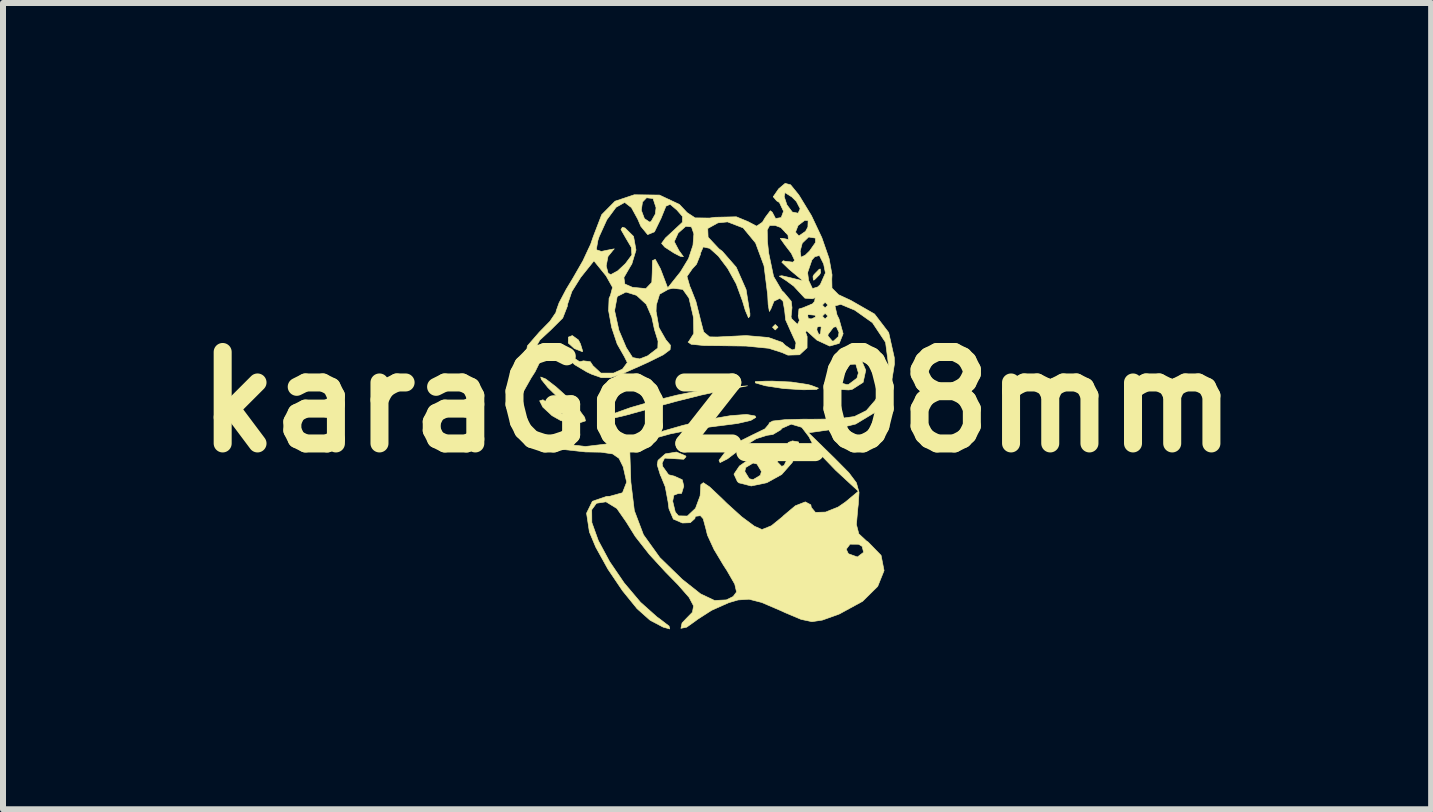
<source format=kicad_pcb>
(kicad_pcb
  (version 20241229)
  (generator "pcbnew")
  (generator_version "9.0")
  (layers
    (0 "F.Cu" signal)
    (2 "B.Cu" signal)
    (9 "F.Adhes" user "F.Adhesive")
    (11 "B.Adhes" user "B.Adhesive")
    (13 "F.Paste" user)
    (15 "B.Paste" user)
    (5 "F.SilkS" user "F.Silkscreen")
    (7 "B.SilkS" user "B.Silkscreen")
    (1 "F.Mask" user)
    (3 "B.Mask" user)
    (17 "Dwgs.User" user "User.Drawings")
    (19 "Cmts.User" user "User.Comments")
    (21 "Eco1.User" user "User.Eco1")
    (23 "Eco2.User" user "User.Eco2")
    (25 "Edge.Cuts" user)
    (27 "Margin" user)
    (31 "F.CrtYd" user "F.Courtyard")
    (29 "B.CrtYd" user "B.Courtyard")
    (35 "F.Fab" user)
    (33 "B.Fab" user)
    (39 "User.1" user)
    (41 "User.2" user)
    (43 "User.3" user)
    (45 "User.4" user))
  (footprint "karaGoz_08mm"
    (layer "F.Cu")
    (at 8.897 3.649)
    (property "Reference" "karaGoz_08mm" (at 0 0 0) (layer "F.SilkS") (effects (font (size 1.524 1.524) (thickness 0.3))))
    (attr through_hole)
    (fp_poly (pts (xy 1.016 -1.247) (xy 0.97 -1.201) (xy 0.924 -1.247) (xy 0.97 -1.293) (xy 1.016 -1.247)) (stroke (width 0.01) (type solid)) (fill yes) (layer "F.SilkS"))
    (fp_poly (pts (xy 1.726 -2.157) (xy 1.709 -2.124) (xy 1.622 -2.036) (xy 1.605 -2.032) (xy 1.599 -2.092) (xy 1.616 -2.124) (xy 1.703 -2.213) (xy 1.72 -2.217) (xy 1.726 -2.157)) (stroke (width 0.01) (type solid)) (fill yes) (layer "F.SilkS"))
    (fp_poly (pts (xy -2.31 -1.035) (xy -2.276 -0.97) (xy -2.24 -0.853) (xy -2.243 -0.839) (xy -2.333 -0.874) (xy -2.378 -0.892) (xy -2.479 -0.984) (xy -2.477 -1.082) (xy -2.411 -1.108) (xy -2.31 -1.035)) (stroke (width 0.01) (type solid)) (fill yes) (layer "F.SilkS"))
    (fp_poly (pts (xy 1.237 -0.334) (xy 1.511 -0.293) (xy 1.57 -0.277) (xy 1.69 -0.231) (xy 1.658 -0.21) (xy 1.459 -0.205) (xy 1.432 -0.205) (xy 1.11 -0.225) (xy 0.813 -0.27) (xy 0.785 -0.277) (xy 0.637 -0.32) (xy 0.638 -0.341) (xy 0.804 -0.348) (xy 0.924 -0.349) (xy 1.237 -0.334)) (stroke (width 0.01) (type solid)) (fill yes) (layer "F.SilkS"))
    (fp_poly (pts (xy 0.046 -0.184) (xy -0.267 -0.116) (xy -0.677 -0.013) (xy -1.107 0.104) (xy -1.189 0.128) (xy -1.521 0.22) (xy -1.763 0.276) (xy -1.88 0.289) (xy -1.881 0.278) (xy -1.724 0.193) (xy -1.435 0.09) (xy -1.066 -0.017) (xy -0.667 -0.116) (xy -0.288 -0.192) (xy -0.012 -0.228) (xy 0.508 -0.271) (xy 0.046 -0.184)) (stroke (width 0.01) (type solid)) (fill yes) (layer "F.SilkS"))
    (fp_poly (pts (xy -2.853 -0.384) (xy -2.68 -0.251) (xy -2.515 -0.102) (xy -2.319 0.102) (xy -2.205 0.256) (xy -2.192 0.314) (xy -2.364 0.368) (xy -2.605 0.308) (xy -2.75 0.226) (xy -2.903 0.084) (xy -2.956 -0.021) (xy -2.9 -0.038) (xy -2.763 0.057) (xy -2.742 0.076) (xy -2.552 0.218) (xy -2.396 0.275) (xy -2.382 0.22) (xy -2.487 0.081) (xy -2.622 -0.051) (xy -2.816 -0.239) (xy -2.927 -0.376) (xy -2.938 -0.418) (xy -2.853 -0.384)) (stroke (width 0.01) (type solid)) (fill yes) (layer "F.SilkS"))
    (fp_poly (pts (xy 2.354 -0.803) (xy 2.37 -0.78) (xy 2.478 -0.531) (xy 2.434 -0.328) (xy 2.25 -0.211) (xy 2.194 -0.202) (xy 2.008 -0.212) (xy 1.94 -0.276) (xy 1.951 -0.316) (xy 2.077 -0.316) (xy 2.163 -0.29) (xy 2.194 -0.295) (xy 2.331 -0.398) (xy 2.355 -0.486) (xy 2.312 -0.632) (xy 2.215 -0.628) (xy 2.113 -0.48) (xy 2.106 -0.462) (xy 2.077 -0.316) (xy 1.951 -0.316) (xy 1.979 -0.422) (xy 2.076 -0.642) (xy 2.09 -0.669) (xy 2.195 -0.854) (xy 2.267 -0.893) (xy 2.354 -0.803)) (stroke (width 0.01) (type solid)) (fill yes) (layer "F.SilkS"))
    (fp_poly (pts (xy 1.359 0.665) (xy 1.37 0.746) (xy 1.289 0.934) (xy 1.251 1.009) (xy 1.077 1.207) (xy 0.829 1.344) (xy 0.57 1.398) (xy 0.364 1.346) (xy 0.339 1.324) (xy 0.282 1.201) (xy 0.313 1.155) (xy 0.462 1.155) (xy 0.536 1.277) (xy 0.6 1.293) (xy 0.723 1.219) (xy 0.739 1.155) (xy 0.665 1.032) (xy 0.6 1.016) (xy 0.478 1.09) (xy 0.462 1.155) (xy 0.313 1.155) (xy 0.373 1.066) (xy 0.577 0.923) (xy 0.844 0.777) (xy 0.982 0.747) (xy 1.005 0.808) (xy 1.007 1) (xy 1.076 1.071) (xy 1.116 1.057) (xy 1.18 0.928) (xy 1.171 0.821) (xy 1.184 0.674) (xy 1.256 0.647) (xy 1.359 0.665)) (stroke (width 0.01) (type solid)) (fill yes) (layer "F.SilkS"))
    (fp_poly (pts (xy 1.225 -3.62) (xy 1.354 -3.462) (xy 1.372 -3.436) (xy 1.573 -3.106) (xy 1.746 -2.739) (xy 1.867 -2.391) (xy 1.916 -2.12) (xy 1.912 -2.05) (xy 1.915 -1.899) (xy 2.024 -1.789) (xy 2.23 -1.693) (xy 2.624 -1.467) (xy 2.86 -1.158) (xy 2.953 -0.742) (xy 2.956 -0.636) (xy 2.884 -0.185) (xy 2.668 0.15) (xy 2.31 0.366) (xy 1.986 0.446) (xy 1.524 0.512) (xy 1.962 0.94) (xy 2.196 1.177) (xy 2.322 1.345) (xy 2.366 1.503) (xy 2.353 1.708) (xy 2.345 1.775) (xy 2.322 2.04) (xy 2.362 2.195) (xy 2.486 2.311) (xy 2.517 2.332) (xy 2.733 2.554) (xy 2.783 2.808) (xy 2.677 3.071) (xy 2.425 3.32) (xy 2.038 3.531) (xy 1.99 3.549) (xy 1.754 3.633) (xy 1.581 3.659) (xy 1.401 3.621) (xy 1.142 3.512) (xy 1.05 3.47) (xy 0.744 3.339) (xy 0.533 3.285) (xy 0.351 3.297) (xy 0.194 3.343) (xy -0.091 3.47) (xy -0.332 3.625) (xy -0.346 3.637) (xy -0.506 3.751) (xy -0.602 3.77) (xy -0.602 3.77) (xy -0.583 3.681) (xy -0.51 3.604) (xy -0.41 3.502) (xy -0.391 3.396) (xy -0.466 3.254) (xy -0.651 3.043) (xy -0.859 2.831) (xy -1.128 2.538) (xy -1.362 2.24) (xy -1.51 2.002) (xy -1.669 1.773) (xy -1.85 1.662) (xy -2.009 1.686) (xy -2.088 1.794) (xy -2.086 2.007) (xy -1.978 2.308) (xy -1.79 2.658) (xy -1.547 3.014) (xy -1.276 3.335) (xy -1 3.581) (xy -0.955 3.613) (xy -0.799 3.733) (xy -0.788 3.78) (xy -0.898 3.75) (xy -1.103 3.642) (xy -1.122 3.63) (xy -1.332 3.443) (xy -1.576 3.142) (xy -1.819 2.782) (xy -2.021 2.417) (xy -2.127 2.163) (xy -2.174 1.852) (xy -2.077 1.653) (xy -1.84 1.572) (xy -1.787 1.57) (xy -1.575 1.511) (xy -1.506 1.334) (xy -1.564 1.078) (xy -1.633 0.938) (xy -1.739 0.864) (xy -1.934 0.835) (xy -2.191 0.831) (xy -2.684 0.777) (xy -3.059 0.627) (xy -3.302 0.397) (xy -3.384 0.144) (xy -3.305 0.144) (xy -3.192 0.356) (xy -3.041 0.5) (xy -2.681 0.684) (xy -2.194 0.74) (xy -1.586 0.668) (xy -1.016 0.517) (xy -0.568 0.388) (xy -0.144 0.29) (xy 0.221 0.227) (xy 0.491 0.206) (xy 0.633 0.231) (xy 0.647 0.255) (xy 0.562 0.306) (xy 0.341 0.357) (xy 0.03 0.397) (xy 0.023 0.397) (xy -0.38 0.45) (xy -0.782 0.531) (xy -1.028 0.6) (xy -1.456 0.749) (xy -1.436 1.333) (xy -1.378 1.809) (xy -1.226 2.211) (xy -0.954 2.59) (xy -0.581 2.953) (xy -0.274 3.196) (xy -0.041 3.306) (xy 0.156 3.296) (xy 0.268 3.24) (xy 0.325 3.164) (xy 0.295 3.033) (xy 0.165 2.807) (xy 0.107 2.718) (xy -0.052 2.452) (xy 2.153 2.452) (xy 2.188 2.527) (xy 2.339 2.581) (xy 2.442 2.503) (xy 2.418 2.405) (xy 2.358 2.369) (xy 2.216 2.368) (xy 2.153 2.452) (xy -0.052 2.452) (xy -0.054 2.447) (xy -0.16 2.217) (xy -0.185 2.114) (xy -0.231 1.944) (xy -0.277 1.893) (xy -0.362 1.904) (xy -0.369 1.941) (xy -0.446 2.01) (xy -0.577 2.015) (xy -0.728 1.95) (xy -0.801 1.778) (xy -0.816 1.663) (xy -0.863 1.411) (xy -0.935 1.234) (xy -0.942 1.225) (xy -0.997 1.046) (xy -0.983 0.971) (xy -0.862 0.863) (xy -0.677 0.833) (xy -0.528 0.894) (xy -0.516 0.91) (xy -0.555 0.953) (xy -0.705 0.944) (xy -0.874 0.934) (xy -0.915 1.017) (xy -0.906 1.073) (xy -0.807 1.211) (xy -0.712 1.234) (xy -0.579 1.295) (xy -0.554 1.401) (xy -0.591 1.522) (xy -0.647 1.524) (xy -0.72 1.552) (xy -0.739 1.652) (xy -0.696 1.832) (xy -0.642 1.896) (xy -0.495 1.899) (xy -0.359 1.771) (xy -0.282 1.563) (xy -0.277 1.493) (xy -0.27 1.374) (xy -0.228 1.343) (xy -0.123 1.414) (xy 0.073 1.599) (xy 0.165 1.689) (xy 0.41 1.911) (xy 0.622 2.068) (xy 0.749 2.124) (xy 0.906 2.061) (xy 1.094 1.908) (xy 1.108 1.893) (xy 1.305 1.728) (xy 1.471 1.663) (xy 1.563 1.712) (xy 1.57 1.755) (xy 1.639 1.838) (xy 1.808 1.833) (xy 2.018 1.749) (xy 2.137 1.667) (xy 2.355 1.486) (xy 1.976 1.136) (xy 1.751 0.902) (xy 1.584 0.681) (xy 1.531 0.577) (xy 1.412 0.421) (xy 1.236 0.368) (xy 1.081 0.437) (xy 1.062 0.462) (xy 0.931 0.54) (xy 0.833 0.554) (xy 0.652 0.611) (xy 0.428 0.752) (xy 0.386 0.785) (xy 0.174 0.946) (xy 0.05 1.009) (xy 0.033 0.97) (xy 0.137 0.832) (xy 0.343 0.671) (xy 0.606 0.54) (xy 0.609 0.539) (xy 0.797 0.447) (xy 0.869 0.363) (xy 0.866 0.35) (xy 0.927 0.316) (xy 1.134 0.293) (xy 1.445 0.285) (xy 1.563 0.286) (xy 1.995 0.282) (xy 2.289 0.241) (xy 2.488 0.142) (xy 2.637 -0.031) (xy 2.731 -0.197) (xy 2.858 -0.61) (xy 2.808 -0.994) (xy 2.589 -1.323) (xy 2.295 -1.531) (xy 2.062 -1.628) (xy 1.965 -1.602) (xy 1.999 -1.452) (xy 2.032 -1.386) (xy 2.101 -1.139) (xy 2.036 -0.978) (xy 1.877 -0.933) (xy 1.664 -1.032) (xy 1.605 -1.085) (xy 1.586 -1.103) (xy 1.847 -1.103) (xy 1.918 -1.018) (xy 1.94 -1.016) (xy 2.021 -1.091) (xy 2.032 -1.16) (xy 1.987 -1.256) (xy 1.94 -1.247) (xy 1.851 -1.129) (xy 1.847 -1.103) (xy 1.586 -1.103) (xy 1.491 -1.19) (xy 1.476 -1.162) (xy 1.501 -1.092) (xy 1.5 -0.904) (xy 1.375 -0.788) (xy 1.181 -0.782) (xy 1.083 -0.825) (xy 0.861 -0.896) (xy 0.485 -0.933) (xy 0.144 -0.938) (xy -0.216 -0.942) (xy -0.431 -0.963) (xy -0.483 -1) (xy -0.471 -1.009) (xy -0.388 -1.142) (xy -0.393 -1.401) (xy -0.399 -1.438) (xy -0.468 -1.734) (xy -0.57 -1.877) (xy -0.733 -1.896) (xy -0.81 -1.88) (xy -0.957 -1.797) (xy -1.012 -1.617) (xy -1.016 -1.513) (xy -0.967 -1.238) (xy -0.852 -1.037) (xy -0.776 -0.947) (xy -0.782 -0.873) (xy -0.895 -0.788) (xy -1.142 -0.666) (xy -1.265 -0.61) (xy -1.574 -0.473) (xy -1.775 -0.407) (xy -1.925 -0.406) (xy -2.085 -0.462) (xy -2.168 -0.501) (xy -2.376 -0.625) (xy -2.487 -0.743) (xy -2.492 -0.766) (xy -2.462 -0.814) (xy -2.41 -0.75) (xy -2.289 -0.672) (xy -2.226 -0.687) (xy -2.112 -0.673) (xy -2.068 -0.606) (xy -1.936 -0.483) (xy -1.723 -0.483) (xy -1.576 -0.549) (xy -1.495 -0.658) (xy -1.543 -0.755) (xy -1.664 -0.968) (xy -1.757 -1.247) (xy -1.807 -1.524) (xy -1.807 -1.524) (xy -1.707 -1.524) (xy -1.635 -1.196) (xy -1.513 -0.908) (xy -1.407 -0.742) (xy -1.287 -0.719) (xy -1.156 -0.77) (xy -0.987 -0.9) (xy -0.983 -1.016) (xy -1.043 -1.209) (xy -1.087 -1.416) (xy -1.179 -1.629) (xy -1.341 -1.778) (xy -1.518 -1.833) (xy -1.658 -1.762) (xy -1.665 -1.75) (xy -1.707 -1.524) (xy -1.807 -1.524) (xy -1.799 -1.729) (xy -1.777 -1.775) (xy -1.741 -1.911) (xy -1.848 -2.102) (xy -1.865 -2.123) (xy -2.051 -2.353) (xy -2.272 -2.077) (xy -2.419 -1.842) (xy -2.492 -1.626) (xy -2.493 -1.6) (xy -2.571 -1.4) (xy -2.77 -1.202) (xy -2.771 -1.201) (xy -2.952 -1.033) (xy -3.044 -0.872) (xy -3.03 -0.762) (xy -2.958 -0.739) (xy -2.95 -0.672) (xy -3.032 -0.504) (xy -3.097 -0.403) (xy -3.272 -0.093) (xy -3.305 0.144) (xy -3.384 0.144) (xy -3.397 0.104) (xy -3.328 -0.237) (xy -3.288 -0.318) (xy -3.198 -0.554) (xy -3.185 -0.744) (xy -3.189 -0.759) (xy -3.16 -0.936) (xy -2.963 -1.163) (xy -2.784 -1.346) (xy -2.685 -1.492) (xy -2.679 -1.521) (xy -2.632 -1.653) (xy -2.513 -1.879) (xy -2.403 -2.061) (xy -2.234 -2.355) (xy -2.149 -2.538) (xy -2.012 -2.538) (xy -1.927 -2.51) (xy -1.833 -2.53) (xy -1.712 -2.553) (xy -1.732 -2.531) (xy -1.817 -2.426) (xy -1.847 -2.268) (xy -1.814 -2.145) (xy -1.769 -2.124) (xy -1.655 -2.186) (xy -1.526 -2.307) (xy -1.419 -2.451) (xy -1.428 -2.578) (xy -1.512 -2.72) (xy -1.601 -2.875) (xy -1.576 -2.913) (xy -1.533 -2.9) (xy -1.391 -2.76) (xy -1.35 -2.533) (xy -1.421 -2.297) (xy -1.437 -2.274) (xy -1.552 -2.075) (xy -1.536 -1.967) (xy -1.409 -1.912) (xy -1.185 -1.891) (xy -1.087 -1.994) (xy -1.08 -2.158) (xy -1.076 -2.357) (xy -1.029 -2.378) (xy -0.944 -2.222) (xy -0.917 -2.152) (xy -0.822 -1.902) (xy -0.67 -2.093) (xy -0.501 -2.093) (xy -0.452 -1.924) (xy -0.443 -1.907) (xy -0.352 -1.676) (xy -0.281 -1.392) (xy -0.28 -1.385) (xy -0.223 -1.168) (xy -0.124 -1.086) (xy 0.003 -1.084) (xy 0.485 -1.108) (xy 0.856 -1.076) (xy 1.088 -0.994) (xy 1.137 -0.945) (xy 1.25 -0.869) (xy 1.298 -0.88) (xy 1.316 -0.986) (xy 1.24 -1.152) (xy 1.218 -1.201) (xy 1.663 -1.201) (xy 1.696 -1.125) (xy 1.724 -1.139) (xy 1.735 -1.249) (xy 1.724 -1.262) (xy 1.669 -1.25) (xy 1.663 -1.201) (xy 1.218 -1.201) (xy 1.143 -1.369) (xy 1.126 -1.53) (xy 1.098 -1.684) (xy 1.046 -1.728) (xy 0.949 -1.681) (xy 0.897 -1.552) (xy 0.872 -1.509) (xy 0.852 -1.625) (xy 0.844 -1.781) (xy 0.783 -2.27) (xy 0.642 -2.651) (xy 0.464 -2.867) (xy 0.836 -2.867) (xy 0.84 -2.675) (xy 0.861 -2.48) (xy 0.942 -2.093) (xy 1.082 -1.855) (xy 1.113 -1.827) (xy 1.236 -1.68) (xy 1.249 -1.573) (xy 1.233 -1.417) (xy 1.247 -1.385) (xy 1.341 -1.295) (xy 1.372 -1.36) (xy 1.352 -1.432) (xy 1.354 -1.447) (xy 1.509 -1.447) (xy 1.521 -1.392) (xy 1.57 -1.385) (xy 1.646 -1.419) (xy 1.64 -1.432) (xy 1.755 -1.432) (xy 1.801 -1.385) (xy 1.847 -1.432) (xy 1.801 -1.478) (xy 1.755 -1.432) (xy 1.64 -1.432) (xy 1.632 -1.447) (xy 1.522 -1.458) (xy 1.509 -1.447) (xy 1.354 -1.447) (xy 1.365 -1.551) (xy 1.429 -1.57) (xy 1.541 -1.616) (xy 1.755 -1.616) (xy 1.801 -1.57) (xy 1.847 -1.616) (xy 1.801 -1.663) (xy 1.755 -1.616) (xy 1.541 -1.616) (xy 1.591 -1.637) (xy 1.625 -1.677) (xy 1.636 -1.74) (xy 1.59 -1.721) (xy 1.464 -1.731) (xy 1.414 -1.784) (xy 1.277 -1.932) (xy 1.155 -2.022) (xy 1.037 -2.098) (xy 1.08 -2.105) (xy 1.201 -2.077) (xy 1.432 -2.02) (xy 1.266 -2.158) (xy 1.509 -2.158) (xy 1.526 -2.026) (xy 1.59 -1.891) (xy 1.678 -1.918) (xy 1.721 -1.959) (xy 1.806 -2.151) (xy 1.776 -2.301) (xy 1.706 -2.442) (xy 1.629 -2.422) (xy 1.581 -2.368) (xy 1.509 -2.158) (xy 1.266 -2.158) (xy 1.201 -2.212) (xy 1.079 -2.33) (xy 1.104 -2.355) (xy 1.131 -2.347) (xy 1.265 -2.331) (xy 1.293 -2.361) (xy 1.238 -2.478) (xy 1.21 -2.515) (xy 1.385 -2.515) (xy 1.399 -2.414) (xy 1.469 -2.447) (xy 1.542 -2.518) (xy 1.64 -2.658) (xy 1.64 -2.732) (xy 1.526 -2.75) (xy 1.42 -2.648) (xy 1.385 -2.515) (xy 1.21 -2.515) (xy 1.131 -2.618) (xy 1.054 -2.727) (xy 1.096 -2.729) (xy 1.097 -2.728) (xy 1.189 -2.708) (xy 1.182 -2.781) (xy 1.135 -2.831) (xy 1.307 -2.831) (xy 1.361 -2.771) (xy 1.368 -2.771) (xy 1.475 -2.845) (xy 1.514 -2.917) (xy 1.517 -3.025) (xy 1.461 -3.027) (xy 1.35 -2.942) (xy 1.307 -2.831) (xy 1.135 -2.831) (xy 1.064 -2.907) (xy 0.971 -2.942) (xy 0.876 -2.942) (xy 0.836 -2.867) (xy 0.464 -2.867) (xy 0.435 -2.902) (xy 0.175 -3.002) (xy 0.015 -2.986) (xy -0.155 -2.892) (xy -0.149 -2.747) (xy 0.032 -2.554) (xy 0.088 -2.512) (xy 0.32 -2.246) (xy 0.484 -1.874) (xy 0.548 -1.475) (xy 0.547 -1.432) (xy 0.524 -1.404) (xy 0.471 -1.528) (xy 0.423 -1.688) (xy 0.32 -1.968) (xy 0.178 -2.225) (xy 0.022 -2.432) (xy -0.122 -2.561) (xy -0.23 -2.585) (xy -0.277 -2.477) (xy -0.277 -2.459) (xy -0.342 -2.297) (xy -0.414 -2.218) (xy -0.501 -2.093) (xy -0.67 -2.093) (xy -0.609 -2.169) (xy -0.475 -2.39) (xy -0.401 -2.613) (xy -0.386 -2.802) (xy -0.426 -2.919) (xy -0.521 -2.928) (xy -0.647 -2.817) (xy -0.713 -2.673) (xy -0.635 -2.525) (xy -0.56 -2.422) (xy -0.613 -2.429) (xy -0.716 -2.482) (xy -0.872 -2.583) (xy -0.924 -2.644) (xy -0.86 -2.733) (xy -0.716 -2.866) (xy -0.577 -2.996) (xy -0.576 -3.093) (xy -0.668 -3.199) (xy -0.781 -3.295) (xy -0.851 -3.264) (xy -0.925 -3.082) (xy -0.931 -3.066) (xy -1.043 -2.836) (xy -1.156 -2.79) (xy -1.27 -2.929) (xy -1.321 -3.048) (xy -1.402 -3.196) (xy -1.262 -3.196) (xy -1.21 -3.057) (xy -1.124 -2.999) (xy -1.099 -3.008) (xy -1.029 -3.132) (xy -1.016 -3.238) (xy -1.066 -3.391) (xy -1.174 -3.404) (xy -1.242 -3.333) (xy -1.262 -3.196) (xy -1.402 -3.196) (xy -1.426 -3.24) (xy -1.537 -3.325) (xy -1.542 -3.325) (xy -1.683 -3.245) (xy -1.836 -3.038) (xy -1.964 -2.757) (xy -1.985 -2.693) (xy -2.012 -2.538) (xy -2.149 -2.538) (xy -2.106 -2.629) (xy -2.065 -2.749) (xy -1.922 -3.122) (xy -1.699 -3.347) (xy -1.379 -3.454) (xy -0.959 -3.449) (xy -0.627 -3.293) (xy -0.499 -3.157) (xy -0.365 -3.069) (xy -0.124 -3.066) (xy -0.03 -3.079) (xy 0.321 -3.087) (xy 0.515 -3.007) (xy 0.659 -2.931) (xy 0.756 -2.997) (xy 0.805 -3.078) (xy 0.888 -3.188) (xy 0.92 -3.163) (xy 0.975 -3.058) (xy 1.069 -3.074) (xy 1.108 -3.179) (xy 1.039 -3.325) (xy 0.993 -3.353) (xy 0.936 -3.421) (xy 0.937 -3.422) (xy 1.119 -3.422) (xy 1.164 -3.286) (xy 1.254 -3.166) (xy 1.351 -3.147) (xy 1.385 -3.221) (xy 1.322 -3.342) (xy 1.247 -3.417) (xy 1.132 -3.49) (xy 1.119 -3.422) (xy 0.937 -3.422) (xy 1.027 -3.553) (xy 1.135 -3.644) (xy 1.225 -3.62)) (stroke (width 0.01) (type solid)) (fill yes) (layer "F.SilkS")))
  (gr_rect
    (start -3 -3)
    (end 20.795 10.434)
    (stroke (width 0.1) (type default))
    (fill no)
    (layer "Edge.Cuts")))
</source>
